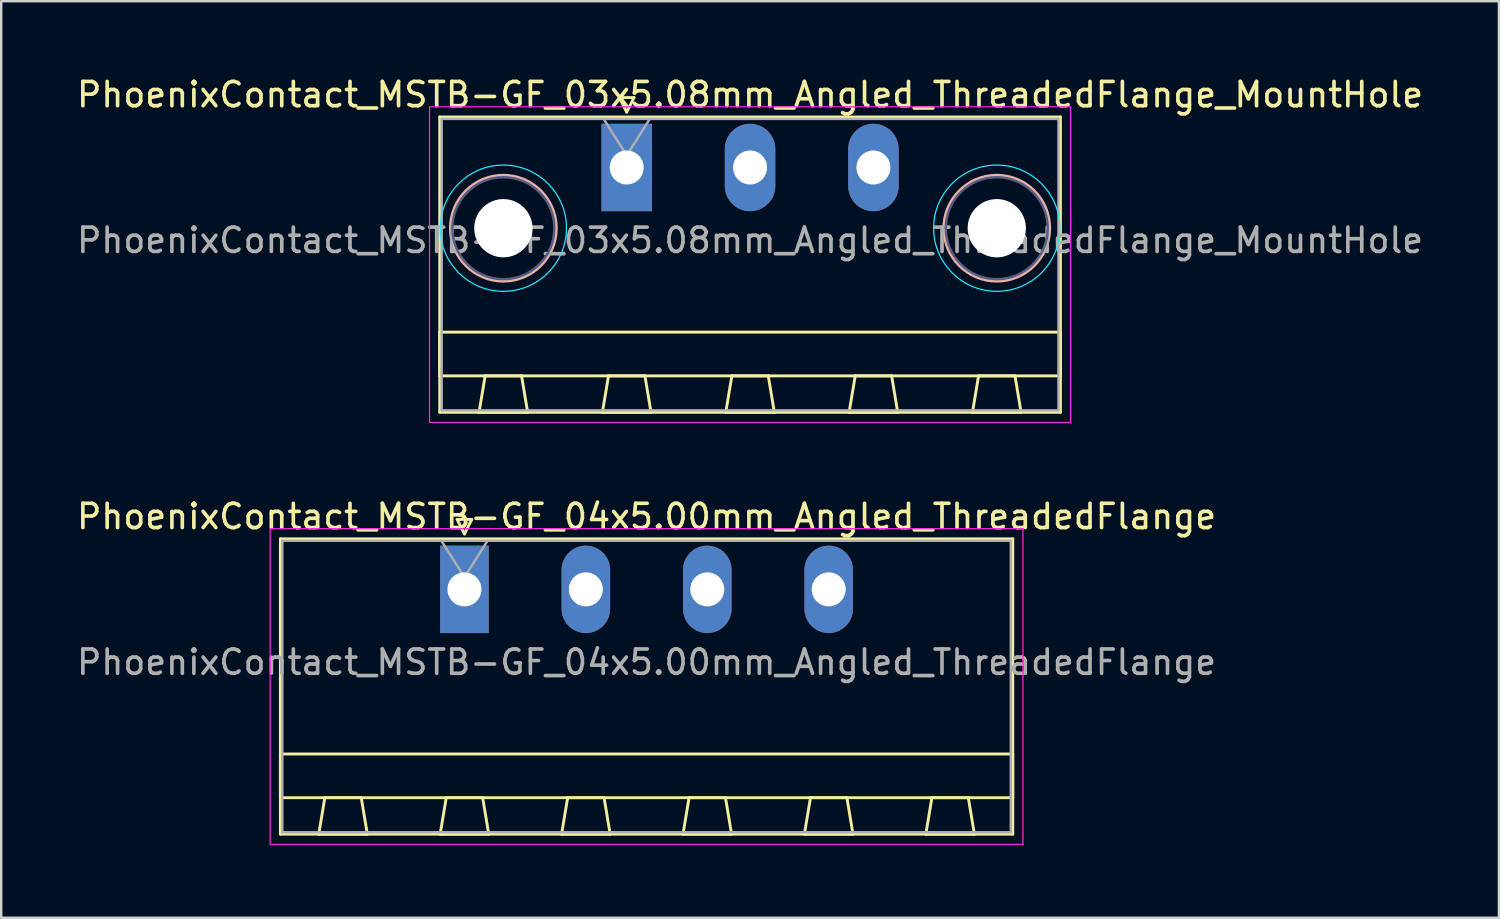
<source format=kicad_pcb>
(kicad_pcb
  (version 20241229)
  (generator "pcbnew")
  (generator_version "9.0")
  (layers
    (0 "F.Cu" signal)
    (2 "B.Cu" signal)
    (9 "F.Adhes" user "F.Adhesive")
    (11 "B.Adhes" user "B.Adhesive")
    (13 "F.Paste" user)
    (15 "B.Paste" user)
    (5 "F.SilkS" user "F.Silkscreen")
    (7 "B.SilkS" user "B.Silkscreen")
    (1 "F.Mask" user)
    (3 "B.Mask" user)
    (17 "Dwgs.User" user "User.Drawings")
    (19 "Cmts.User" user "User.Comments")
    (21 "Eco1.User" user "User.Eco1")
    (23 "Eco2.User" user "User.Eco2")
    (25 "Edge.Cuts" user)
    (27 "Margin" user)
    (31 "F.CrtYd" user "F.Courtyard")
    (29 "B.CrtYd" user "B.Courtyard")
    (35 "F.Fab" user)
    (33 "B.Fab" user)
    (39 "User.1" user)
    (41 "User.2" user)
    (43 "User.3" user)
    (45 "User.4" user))
  (footprint "PhoenixContact_MSTB-GF_03x5.08mm_Angled_ThreadedFlange_MountHole"
    (layer "F.Cu")
    (at 22.759 3.848)
    (property "Reference" "PhoenixContact_MSTB-GF_03x5.08mm_Angled_ThreadedFlange_MountHole" (at 5.08 -3 0) (layer "F.SilkS") (effects (font (size 1 1) (thickness 0.15))))
    (attr through_hole)
    (fp_line (start -7.7 -2.08) (end -7.7 10.08) (stroke (width 0.12) (type solid)) (layer "F.SilkS"))
    (fp_line (start -7.7 6.78) (end 17.86 6.78) (stroke (width 0.12) (type solid)) (layer "F.SilkS"))
    (fp_line (start -7.7 8.58) (end -7.7 6.78) (stroke (width 0.12) (type solid)) (layer "F.SilkS"))
    (fp_line (start -7.7 10.08) (end 17.86 10.08) (stroke (width 0.12) (type solid)) (layer "F.SilkS"))
    (fp_line (start -6.08 10.08) (end -4.08 10.08) (stroke (width 0.12) (type solid)) (layer "F.SilkS"))
    (fp_line (start -5.83 8.58) (end -6.08 10.08) (stroke (width 0.12) (type solid)) (layer "F.SilkS"))
    (fp_line (start -4.33 8.58) (end -5.83 8.58) (stroke (width 0.12) (type solid)) (layer "F.SilkS"))
    (fp_line (start -4.08 10.08) (end -4.33 8.58) (stroke (width 0.12) (type solid)) (layer "F.SilkS"))
    (fp_line (start -1 10.08) (end 1 10.08) (stroke (width 0.12) (type solid)) (layer "F.SilkS"))
    (fp_line (start -0.75 8.58) (end -1 10.08) (stroke (width 0.12) (type solid)) (layer "F.SilkS"))
    (fp_line (start -0.3 -2.88) (end 0.3 -2.88) (stroke (width 0.12) (type solid)) (layer "F.SilkS"))
    (fp_line (start 0 -2.28) (end -0.3 -2.88) (stroke (width 0.12) (type solid)) (layer "F.SilkS"))
    (fp_line (start 0.3 -2.88) (end 0 -2.28) (stroke (width 0.12) (type solid)) (layer "F.SilkS"))
    (fp_line (start 0.75 8.58) (end -0.75 8.58) (stroke (width 0.12) (type solid)) (layer "F.SilkS"))
    (fp_line (start 1 10.08) (end 0.75 8.58) (stroke (width 0.12) (type solid)) (layer "F.SilkS"))
    (fp_line (start 4.08 10.08) (end 6.08 10.08) (stroke (width 0.12) (type solid)) (layer "F.SilkS"))
    (fp_line (start 4.33 8.58) (end 4.08 10.08) (stroke (width 0.12) (type solid)) (layer "F.SilkS"))
    (fp_line (start 5.83 8.58) (end 4.33 8.58) (stroke (width 0.12) (type solid)) (layer "F.SilkS"))
    (fp_line (start 6.08 10.08) (end 5.83 8.58) (stroke (width 0.12) (type solid)) (layer "F.SilkS"))
    (fp_line (start 9.16 10.08) (end 11.16 10.08) (stroke (width 0.12) (type solid)) (layer "F.SilkS"))
    (fp_line (start 9.41 8.58) (end 9.16 10.08) (stroke (width 0.12) (type solid)) (layer "F.SilkS"))
    (fp_line (start 10.91 8.58) (end 9.41 8.58) (stroke (width 0.12) (type solid)) (layer "F.SilkS"))
    (fp_line (start 11.16 10.08) (end 10.91 8.58) (stroke (width 0.12) (type solid)) (layer "F.SilkS"))
    (fp_line (start 14.24 10.08) (end 16.24 10.08) (stroke (width 0.12) (type solid)) (layer "F.SilkS"))
    (fp_line (start 14.49 8.58) (end 14.24 10.08) (stroke (width 0.12) (type solid)) (layer "F.SilkS"))
    (fp_line (start 15.99 8.58) (end 14.49 8.58) (stroke (width 0.12) (type solid)) (layer "F.SilkS"))
    (fp_line (start 16.24 10.08) (end 15.99 8.58) (stroke (width 0.12) (type solid)) (layer "F.SilkS"))
    (fp_line (start 17.86 -2.08) (end -7.7 -2.08) (stroke (width 0.12) (type solid)) (layer "F.SilkS"))
    (fp_line (start 17.86 6.78) (end 17.86 8.58) (stroke (width 0.12) (type solid)) (layer "F.SilkS"))
    (fp_line (start 17.86 8.58) (end -7.7 8.58) (stroke (width 0.12) (type solid)) (layer "F.SilkS"))
    (fp_line (start 17.86 10.08) (end 17.86 -2.08) (stroke (width 0.12) (type solid)) (layer "F.SilkS"))
    (fp_circle (center -5.08 2.5) (end -2.9 2.5) (stroke (width 0.12) (type solid)) (fill no) (layer "B.SilkS"))
    (fp_circle (center 15.24 2.5) (end 17.42 2.5) (stroke (width 0.12) (type solid)) (fill no) (layer "B.SilkS"))
    (fp_circle (center -5.08 2.5) (end -2.48 2.5) (stroke (width 0.05) (type solid)) (fill no) (layer "B.CrtYd"))
    (fp_circle (center 15.24 2.5) (end 17.84 2.5) (stroke (width 0.05) (type solid)) (fill no) (layer "B.CrtYd"))
    (fp_line (start -8.12 -2.5) (end -8.12 10.5) (stroke (width 0.05) (type solid)) (layer "F.CrtYd"))
    (fp_line (start -8.12 10.5) (end 18.28 10.5) (stroke (width 0.05) (type solid)) (layer "F.CrtYd"))
    (fp_line (start 18.28 -2.5) (end -8.12 -2.5) (stroke (width 0.05) (type solid)) (layer "F.CrtYd"))
    (fp_line (start 18.28 10.5) (end 18.28 -2.5) (stroke (width 0.05) (type solid)) (layer "F.CrtYd"))
    (fp_circle (center -5.08 2.5) (end -2.98 2.5) (stroke (width 0.1) (type solid)) (fill no) (layer "B.Fab"))
    (fp_circle (center 15.24 2.5) (end 17.34 2.5) (stroke (width 0.1) (type solid)) (fill no) (layer "B.Fab"))
    (fp_line (start -7.62 -2) (end -7.62 10) (stroke (width 0.1) (type solid)) (layer "F.Fab"))
    (fp_line (start -7.62 10) (end 17.78 10) (stroke (width 0.1) (type solid)) (layer "F.Fab"))
    (fp_line (start 0 -0.5) (end -0.95 -2) (stroke (width 0.1) (type solid)) (layer "F.Fab"))
    (fp_line (start 0.95 -2) (end 0 -0.5) (stroke (width 0.1) (type solid)) (layer "F.Fab"))
    (fp_line (start 17.78 -2) (end -7.62 -2) (stroke (width 0.1) (type solid)) (layer "F.Fab"))
    (fp_line (start 17.78 10) (end 17.78 -2) (stroke (width 0.1) (type solid)) (layer "F.Fab"))
    (fp_text user "${REFERENCE}" (at 5.08 3 0) (layer "F.Fab") (effects (font (size 1 1) (thickness 0.15))))
    (pad "" np_thru_hole circle (at -5.08 2.5) (size 2.4 2.4) (drill 2.4) (layers "*.Cu" "*.Mask"))
    (pad "" np_thru_hole circle (at 15.24 2.5) (size 2.4 2.4) (drill 2.4) (layers "*.Cu" "*.Mask"))
    (pad "1" thru_hole rect (at 0 0) (size 2.08 3.6) (drill 1.4) (layers "*.Cu" "*.Mask"))
    (pad "2" thru_hole oval (at 5.08 0) (size 2.08 3.6) (drill 1.4) (layers "*.Cu" "*.Mask"))
    (pad "3" thru_hole oval (at 10.16 0) (size 2.08 3.6) (drill 1.4) (layers "*.Cu" "*.Mask")))
  (footprint "PhoenixContact_MSTB-GF_04x5.00mm_Angled_ThreadedFlange"
    (layer "F.Cu")
    (at 16.077 21.221)
    (property "Reference" "PhoenixContact_MSTB-GF_04x5.00mm_Angled_ThreadedFlange" (at 7.5 -3 0) (layer "F.SilkS") (effects (font (size 1 1) (thickness 0.15))))
    (attr through_hole)
    (fp_line (start -7.58 -2.08) (end -7.58 10.08) (stroke (width 0.12) (type solid)) (layer "F.SilkS"))
    (fp_line (start -7.58 6.78) (end 22.58 6.78) (stroke (width 0.12) (type solid)) (layer "F.SilkS"))
    (fp_line (start -7.58 8.58) (end -7.58 6.78) (stroke (width 0.12) (type solid)) (layer "F.SilkS"))
    (fp_line (start -7.58 10.08) (end 22.58 10.08) (stroke (width 0.12) (type solid)) (layer "F.SilkS"))
    (fp_line (start -6 10.08) (end -4 10.08) (stroke (width 0.12) (type solid)) (layer "F.SilkS"))
    (fp_line (start -5.75 8.58) (end -6 10.08) (stroke (width 0.12) (type solid)) (layer "F.SilkS"))
    (fp_line (start -4.25 8.58) (end -5.75 8.58) (stroke (width 0.12) (type solid)) (layer "F.SilkS"))
    (fp_line (start -4 10.08) (end -4.25 8.58) (stroke (width 0.12) (type solid)) (layer "F.SilkS"))
    (fp_line (start -1 10.08) (end 1 10.08) (stroke (width 0.12) (type solid)) (layer "F.SilkS"))
    (fp_line (start -0.75 8.58) (end -1 10.08) (stroke (width 0.12) (type solid)) (layer "F.SilkS"))
    (fp_line (start -0.3 -2.88) (end 0.3 -2.88) (stroke (width 0.12) (type solid)) (layer "F.SilkS"))
    (fp_line (start 0 -2.28) (end -0.3 -2.88) (stroke (width 0.12) (type solid)) (layer "F.SilkS"))
    (fp_line (start 0.3 -2.88) (end 0 -2.28) (stroke (width 0.12) (type solid)) (layer "F.SilkS"))
    (fp_line (start 0.75 8.58) (end -0.75 8.58) (stroke (width 0.12) (type solid)) (layer "F.SilkS"))
    (fp_line (start 1 10.08) (end 0.75 8.58) (stroke (width 0.12) (type solid)) (layer "F.SilkS"))
    (fp_line (start 4 10.08) (end 6 10.08) (stroke (width 0.12) (type solid)) (layer "F.SilkS"))
    (fp_line (start 4.25 8.58) (end 4 10.08) (stroke (width 0.12) (type solid)) (layer "F.SilkS"))
    (fp_line (start 5.75 8.58) (end 4.25 8.58) (stroke (width 0.12) (type solid)) (layer "F.SilkS"))
    (fp_line (start 6 10.08) (end 5.75 8.58) (stroke (width 0.12) (type solid)) (layer "F.SilkS"))
    (fp_line (start 9 10.08) (end 11 10.08) (stroke (width 0.12) (type solid)) (layer "F.SilkS"))
    (fp_line (start 9.25 8.58) (end 9 10.08) (stroke (width 0.12) (type solid)) (layer "F.SilkS"))
    (fp_line (start 10.75 8.58) (end 9.25 8.58) (stroke (width 0.12) (type solid)) (layer "F.SilkS"))
    (fp_line (start 11 10.08) (end 10.75 8.58) (stroke (width 0.12) (type solid)) (layer "F.SilkS"))
    (fp_line (start 14 10.08) (end 16 10.08) (stroke (width 0.12) (type solid)) (layer "F.SilkS"))
    (fp_line (start 14.25 8.58) (end 14 10.08) (stroke (width 0.12) (type solid)) (layer "F.SilkS"))
    (fp_line (start 15.75 8.58) (end 14.25 8.58) (stroke (width 0.12) (type solid)) (layer "F.SilkS"))
    (fp_line (start 16 10.08) (end 15.75 8.58) (stroke (width 0.12) (type solid)) (layer "F.SilkS"))
    (fp_line (start 19 10.08) (end 21 10.08) (stroke (width 0.12) (type solid)) (layer "F.SilkS"))
    (fp_line (start 19.25 8.58) (end 19 10.08) (stroke (width 0.12) (type solid)) (layer "F.SilkS"))
    (fp_line (start 20.75 8.58) (end 19.25 8.58) (stroke (width 0.12) (type solid)) (layer "F.SilkS"))
    (fp_line (start 21 10.08) (end 20.75 8.58) (stroke (width 0.12) (type solid)) (layer "F.SilkS"))
    (fp_line (start 22.58 -2.08) (end -7.58 -2.08) (stroke (width 0.12) (type solid)) (layer "F.SilkS"))
    (fp_line (start 22.58 6.78) (end 22.58 8.58) (stroke (width 0.12) (type solid)) (layer "F.SilkS"))
    (fp_line (start 22.58 8.58) (end -7.58 8.58) (stroke (width 0.12) (type solid)) (layer "F.SilkS"))
    (fp_line (start 22.58 10.08) (end 22.58 -2.08) (stroke (width 0.12) (type solid)) (layer "F.SilkS"))
    (fp_line (start -8 -2.5) (end -8 10.5) (stroke (width 0.05) (type solid)) (layer "F.CrtYd"))
    (fp_line (start -8 10.5) (end 23 10.5) (stroke (width 0.05) (type solid)) (layer "F.CrtYd"))
    (fp_line (start 23 -2.5) (end -8 -2.5) (stroke (width 0.05) (type solid)) (layer "F.CrtYd"))
    (fp_line (start 23 10.5) (end 23 -2.5) (stroke (width 0.05) (type solid)) (layer "F.CrtYd"))
    (fp_line (start -7.5 -2) (end -7.5 10) (stroke (width 0.1) (type solid)) (layer "F.Fab"))
    (fp_line (start -7.5 10) (end 22.5 10) (stroke (width 0.1) (type solid)) (layer "F.Fab"))
    (fp_line (start 0 -0.5) (end -0.95 -2) (stroke (width 0.1) (type solid)) (layer "F.Fab"))
    (fp_line (start 0.95 -2) (end 0 -0.5) (stroke (width 0.1) (type solid)) (layer "F.Fab"))
    (fp_line (start 22.5 -2) (end -7.5 -2) (stroke (width 0.1) (type solid)) (layer "F.Fab"))
    (fp_line (start 22.5 10) (end 22.5 -2) (stroke (width 0.1) (type solid)) (layer "F.Fab"))
    (fp_text user "${REFERENCE}" (at 7.5 3 0) (layer "F.Fab") (effects (font (size 1 1) (thickness 0.15))))
    (pad "1" thru_hole rect (at 0 0) (size 2 3.6) (drill 1.4) (layers "*.Cu" "*.Mask"))
    (pad "2" thru_hole oval (at 5 0) (size 2 3.6) (drill 1.4) (layers "*.Cu" "*.Mask"))
    (pad "3" thru_hole oval (at 10 0) (size 2 3.6) (drill 1.4) (layers "*.Cu" "*.Mask"))
    (pad "4" thru_hole oval (at 15 0) (size 2 3.6) (drill 1.4) (layers "*.Cu" "*.Mask")))
  (gr_rect
    (start -3 -3)
    (end 58.679 34.746)
    (stroke (width 0.1) (type default))
    (fill no)
    (layer "Edge.Cuts")))
</source>
